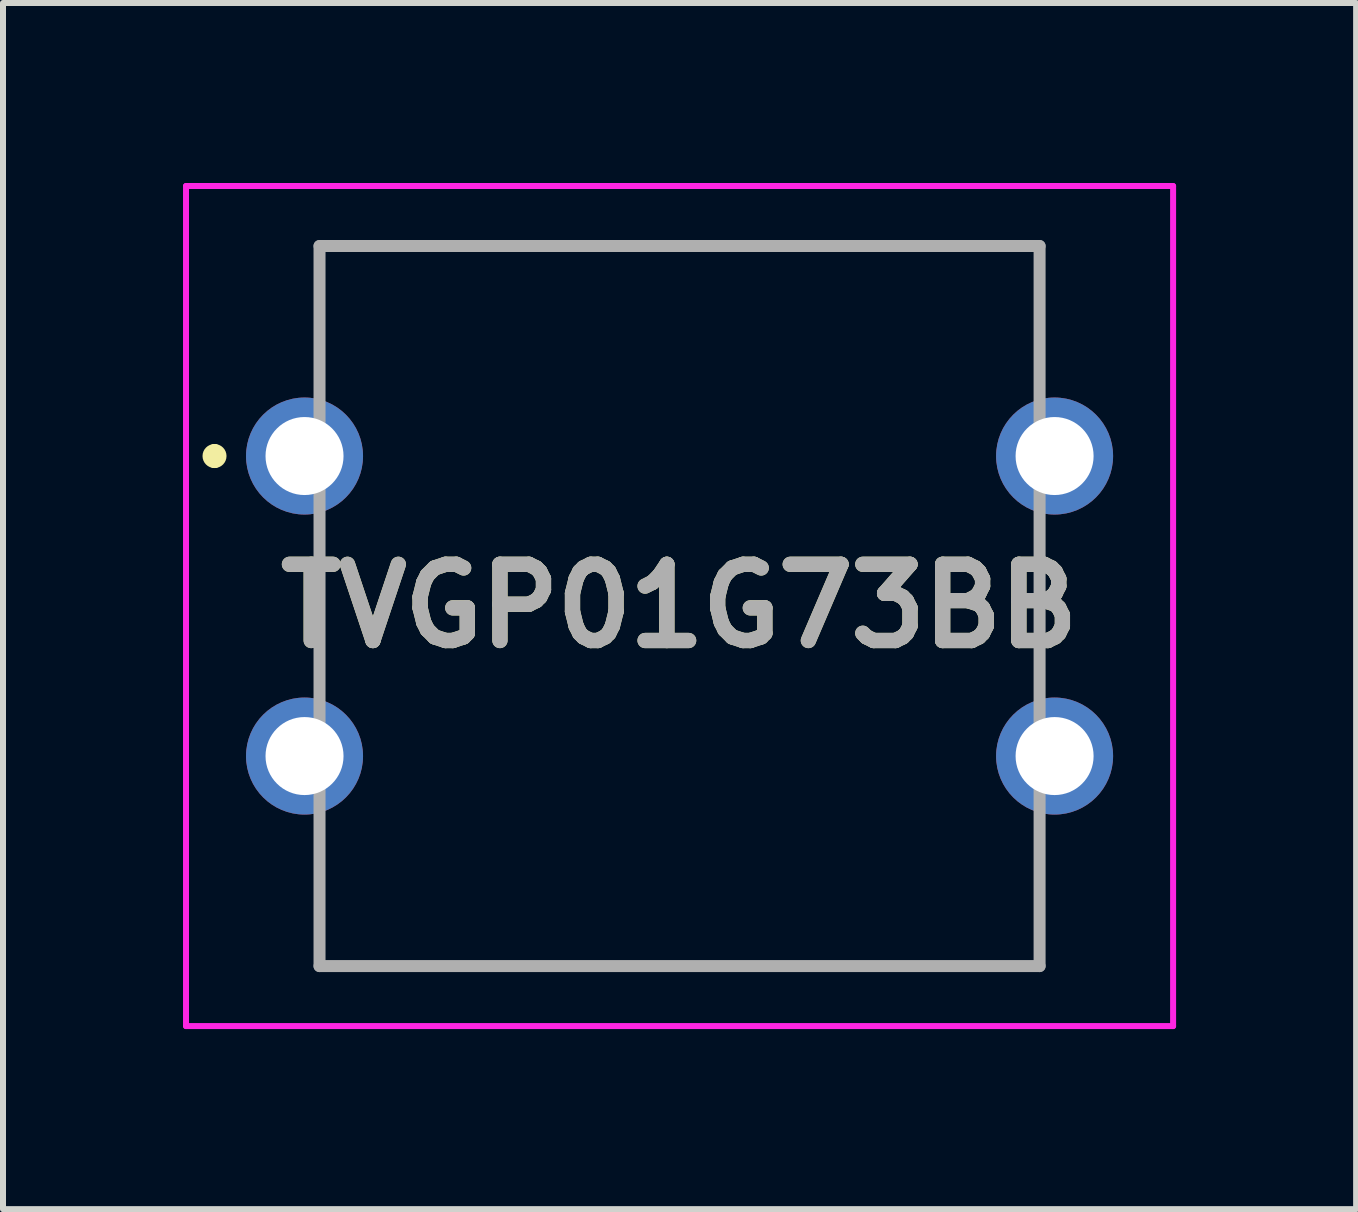
<source format=kicad_pcb>
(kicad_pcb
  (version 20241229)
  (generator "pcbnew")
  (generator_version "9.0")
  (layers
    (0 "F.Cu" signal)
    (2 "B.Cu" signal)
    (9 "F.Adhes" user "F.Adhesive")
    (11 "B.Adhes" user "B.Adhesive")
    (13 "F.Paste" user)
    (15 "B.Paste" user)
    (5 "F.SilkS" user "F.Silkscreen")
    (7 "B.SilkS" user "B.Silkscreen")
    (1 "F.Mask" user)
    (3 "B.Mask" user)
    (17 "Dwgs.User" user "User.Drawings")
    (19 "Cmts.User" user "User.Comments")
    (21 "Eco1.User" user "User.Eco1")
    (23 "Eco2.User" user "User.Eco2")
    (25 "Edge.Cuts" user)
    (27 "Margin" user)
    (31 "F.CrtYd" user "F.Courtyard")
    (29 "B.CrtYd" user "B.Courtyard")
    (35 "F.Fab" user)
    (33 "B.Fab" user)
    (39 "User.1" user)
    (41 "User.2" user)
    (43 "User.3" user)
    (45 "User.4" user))
  (footprint "TVGP01G73BB"
    (layer "F.Cu")
    (at 2.025 4.55)
    (property "Reference" "TVGP01G73BB" (at 6.25 2.5 0) (layer "F.SilkS") (effects (font (size 1.27 1.27) (thickness 0.254))))
    (attr through_hole)
    (fp_line (start -1.5 -0.1) (end -1.5 -0.1) (stroke (width 0.2) (type solid)) (layer "F.SilkS"))
    (fp_line (start -1.5 0.1) (end -1.5 0.1) (stroke (width 0.2) (type solid)) (layer "F.SilkS"))
    (fp_line (start 0.25 -3.5) (end 12.25 -3.5) (stroke (width 0.1) (type solid)) (layer "F.SilkS"))
    (fp_line (start 0.25 -1.5) (end 0.25 -3.5) (stroke (width 0.1) (type solid)) (layer "F.SilkS"))
    (fp_line (start 0.25 6.5) (end 0.25 8.5) (stroke (width 0.1) (type solid)) (layer "F.SilkS"))
    (fp_line (start 0.25 8.5) (end 12.25 8.5) (stroke (width 0.1) (type solid)) (layer "F.SilkS"))
    (fp_line (start 12.25 -3.5) (end 12.25 -1.5) (stroke (width 0.1) (type solid)) (layer "F.SilkS"))
    (fp_line (start 12.25 8.5) (end 12.25 6.5) (stroke (width 0.1) (type solid)) (layer "F.SilkS"))
    (fp_arc (start -1.5 -0.1) (mid -1.4 0) (end -1.5 0.1) (stroke (width 0.2) (type solid)) (layer "F.SilkS"))
    (fp_arc (start -1.5 0.1) (mid -1.6 0) (end -1.5 -0.1) (stroke (width 0.2) (type solid)) (layer "F.SilkS"))
    (fp_line (start -1.975 -4.5) (end 14.475 -4.5) (stroke (width 0.1) (type solid)) (layer "F.CrtYd"))
    (fp_line (start -1.975 9.5) (end -1.975 -4.5) (stroke (width 0.1) (type solid)) (layer "F.CrtYd"))
    (fp_line (start 14.475 -4.5) (end 14.475 9.5) (stroke (width 0.1) (type solid)) (layer "F.CrtYd"))
    (fp_line (start 14.475 9.5) (end -1.975 9.5) (stroke (width 0.1) (type solid)) (layer "F.CrtYd"))
    (fp_line (start 0.25 -3.5) (end 12.25 -3.5) (stroke (width 0.2) (type solid)) (layer "F.Fab"))
    (fp_line (start 0.25 8.5) (end 0.25 -3.5) (stroke (width 0.2) (type solid)) (layer "F.Fab"))
    (fp_line (start 12.25 -3.5) (end 12.25 8.5) (stroke (width 0.2) (type solid)) (layer "F.Fab"))
    (fp_line (start 12.25 8.5) (end 0.25 8.5) (stroke (width 0.2) (type solid)) (layer "F.Fab"))
    (fp_text user "${REFERENCE}" (at 6.25 2.5 0) (layer "F.Fab") (effects (font (size 1.27 1.27) (thickness 0.254))))
    (pad "1" thru_hole circle (at 0 0) (size 1.95 1.95) (drill 1.3) (layers "*.Cu" "*.Mask"))
    (pad "2" thru_hole circle (at 12.5 0) (size 1.95 1.95) (drill 1.3) (layers "*.Cu" "*.Mask"))
    (pad "3" thru_hole circle (at 0 5) (size 1.95 1.95) (drill 1.3) (layers "*.Cu" "*.Mask"))
    (pad "4" thru_hole circle (at 12.5 5) (size 1.95 1.95) (drill 1.3) (layers "*.Cu" "*.Mask")))
  (gr_rect
    (start -3 -3)
    (end 19.55 17.1)
    (stroke (width 0.1) (type default))
    (fill no)
    (layer "Edge.Cuts")))
</source>
